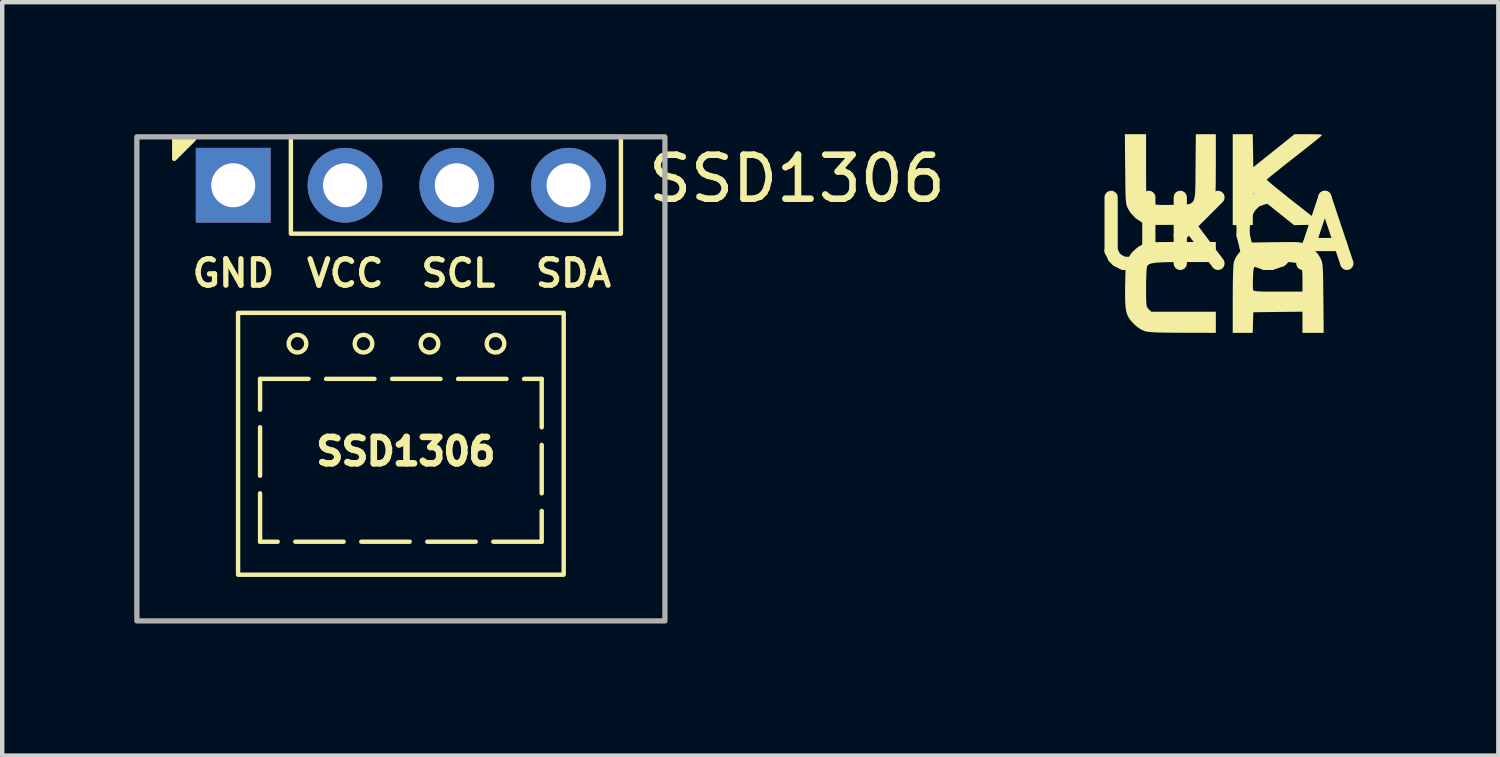
<source format=kicad_pcb>
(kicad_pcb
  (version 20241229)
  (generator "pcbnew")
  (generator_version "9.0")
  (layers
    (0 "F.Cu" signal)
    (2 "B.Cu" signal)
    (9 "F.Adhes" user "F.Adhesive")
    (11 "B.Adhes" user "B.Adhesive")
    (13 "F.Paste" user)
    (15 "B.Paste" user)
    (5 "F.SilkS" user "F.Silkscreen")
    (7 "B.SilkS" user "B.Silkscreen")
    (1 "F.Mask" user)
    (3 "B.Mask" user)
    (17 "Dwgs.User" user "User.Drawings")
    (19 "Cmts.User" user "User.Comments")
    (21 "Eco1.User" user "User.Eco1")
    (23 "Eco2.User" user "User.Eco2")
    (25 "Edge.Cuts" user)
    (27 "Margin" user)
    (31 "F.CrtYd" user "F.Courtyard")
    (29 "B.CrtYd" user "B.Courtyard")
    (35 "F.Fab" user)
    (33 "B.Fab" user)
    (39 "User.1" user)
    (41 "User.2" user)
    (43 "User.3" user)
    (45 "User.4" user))
  (footprint "SSD1306"
    (layer "F.Cu")
    (at 6.06 6.01)
    (property "Reference" "SSD1306" (at 9 -5 0) (unlocked yes) (layer "F.SilkS") (effects (font (size 1 1) (thickness 0.15))))
    (attr through_hole)
    (fp_rect (start -3.7 -1.95) (end 3.7 4) (stroke (width 0.1) (type default)) (fill no) (layer "F.SilkS"))
    (fp_rect (start -3.2 -0.45) (end 3.2 3.25) (stroke (width 0.1) (type dash)) (fill yes) (layer "F.SilkS"))
    (fp_rect (start -2.5 -5.95) (end 5 -3.75) (stroke (width 0.1) (type default)) (fill no) (layer "F.SilkS"))
    (fp_circle (center -2.35 -1.25) (end -2.15 -1.25) (stroke (width 0.1) (type default)) (fill no) (layer "F.SilkS"))
    (fp_circle (center -0.85 -1.25) (end -0.65 -1.25) (stroke (width 0.1) (type default)) (fill no) (layer "F.SilkS"))
    (fp_circle (center 0.65 -1.25) (end 0.85 -1.25) (stroke (width 0.1) (type default)) (fill no) (layer "F.SilkS"))
    (fp_circle (center 2.15 -1.25) (end 2.35 -1.25) (stroke (width 0.1) (type default)) (fill no) (layer "F.SilkS"))
    (fp_poly (pts (xy -5.15 -5.45) (xy -5.15 -5.9) (xy -4.7 -5.9)) (stroke (width 0.1) (type solid)) (fill yes) (layer "F.SilkS"))
    (fp_rect (start -6 -5.95) (end 6 5.05) (stroke (width 0.12) (type default)) (fill no) (layer "F.Fab"))
    (fp_text user "SDA" (at 3 -2.5 0) (unlocked yes) (layer "F.SilkS") (effects (font (size 0.6 0.6) (thickness 0.12) (bold yes)) (justify left bottom)))
    (fp_text user "SCL" (at 0.4 -2.5 0) (unlocked yes) (layer "F.SilkS") (effects (font (size 0.6 0.6) (thickness 0.12) (bold yes)) (justify left bottom)))
    (fp_text user "SSD1306" (at -2 1.55 0) (unlocked yes) (layer "F.SilkS") (effects (font (size 0.6 0.6) (thickness 0.15) (bold yes)) (justify left bottom)))
    (fp_text user "VCC" (at -2.2 -2.5 0) (unlocked yes) (layer "F.SilkS") (effects (font (size 0.6 0.6) (thickness 0.12) (bold yes)) (justify left bottom)))
    (fp_text user "GND" (at -4.8 -2.5 0) (unlocked yes) (layer "F.SilkS") (effects (font (size 0.6 0.6) (thickness 0.12) (bold yes)) (justify left bottom)))
    (pad "1" thru_hole rect (at -3.81 -4.85 90) (size 1.7 1.7) (drill 1) (layers "*.Cu" "*.Mask"))
    (pad "2" thru_hole oval (at -1.27 -4.85 90) (size 1.7 1.7) (drill 1) (layers "*.Cu" "*.Mask"))
    (pad "3" thru_hole oval (at 1.27 -4.85 90) (size 1.7 1.7) (drill 1) (layers "*.Cu" "*.Mask"))
    (pad "4" thru_hole oval (at 3.81 -4.85 90) (size 1.7 1.7) (drill 1) (layers "*.Cu" "*.Mask")))
  (footprint "UKCA"
    (layer "F.Cu")
    (at 24.771 2.257)
    (property "Reference" "UKCA" (at 0 0 0) (layer "F.SilkS") (effects (font (size 1.5 1.5) (thickness 0.3))))
    (attr board_only exclude_from_pos_files exclude_from_bom)
    (fp_poly (pts (xy 0.654 -1.882) (xy 0.66 -1.508) (xy 1.128 -1.882) (xy 1.597 -2.257) (xy 1.92 -2.257) (xy 2.049 -2.256) (xy 2.137 -2.255) (xy 2.19 -2.251) (xy 2.214 -2.245) (xy 2.216 -2.233) (xy 2.202 -2.216) (xy 2.196 -2.211) (xy 2.166 -2.185) (xy 2.103 -2.133) (xy 2.012 -2.06) (xy 1.898 -1.97) (xy 1.767 -1.866) (xy 1.623 -1.753) (xy 1.56 -1.704) (xy 1.415 -1.59) (xy 1.282 -1.485) (xy 1.167 -1.392) (xy 1.073 -1.317) (xy 1.006 -1.261) (xy 0.97 -1.23) (xy 0.965 -1.225) (xy 0.982 -1.206) (xy 1.032 -1.162) (xy 1.111 -1.095) (xy 1.216 -1.009) (xy 1.341 -0.908) (xy 1.483 -0.795) (xy 1.597 -0.705) (xy 2.236 -0.204) (xy 1.911 -0.197) (xy 1.585 -0.191) (xy 1.135 -0.551) (xy 1.008 -0.652) (xy 0.894 -0.742) (xy 0.797 -0.817) (xy 0.724 -0.873) (xy 0.678 -0.906) (xy 0.666 -0.912) (xy 0.66 -0.89) (xy 0.655 -0.827) (xy 0.651 -0.734) (xy 0.648 -0.617) (xy 0.648 -0.552) (xy 0.648 -0.192) (xy 0.42 -0.192) (xy 0.192 -0.192) (xy 0.192 -1.224) (xy 0.192 -2.257) (xy 0.42 -2.257) (xy 0.647 -2.257)) (stroke (width 0) (type solid)) (fill yes) (layer "F.SilkS"))
    (fp_poly (pts (xy -1.777 -1.512) (xy -1.776 -1.303) (xy -1.776 -1.137) (xy -1.774 -1.008) (xy -1.772 -0.911) (xy -1.768 -0.841) (xy -1.762 -0.792) (xy -1.754 -0.76) (xy -1.744 -0.739) (xy -1.731 -0.723) (xy -1.73 -0.722) (xy -1.695 -0.694) (xy -1.648 -0.674) (xy -1.583 -0.66) (xy -1.493 -0.652) (xy -1.371 -0.649) (xy -1.21 -0.651) (xy -1.143 -0.652) (xy -1.016 -0.654) (xy -0.913 -0.655) (xy -0.832 -0.662) (xy -0.77 -0.678) (xy -0.725 -0.709) (xy -0.693 -0.758) (xy -0.673 -0.83) (xy -0.662 -0.931) (xy -0.657 -1.065) (xy -0.655 -1.235) (xy -0.653 -1.448) (xy -0.653 -1.513) (xy -0.646 -2.257) (xy -0.419 -2.257) (xy -0.192 -2.257) (xy -0.192 -1.494) (xy -0.193 -1.281) (xy -0.195 -1.089) (xy -0.199 -0.925) (xy -0.204 -0.792) (xy -0.21 -0.697) (xy -0.217 -0.645) (xy -0.217 -0.643) (xy -0.269 -0.528) (xy -0.355 -0.413) (xy -0.463 -0.312) (xy -0.515 -0.277) (xy -0.632 -0.204) (xy -1.186 -0.197) (xy -1.364 -0.196) (xy -1.501 -0.195) (xy -1.603 -0.196) (xy -1.679 -0.199) (xy -1.736 -0.205) (xy -1.779 -0.215) (xy -1.817 -0.228) (xy -1.857 -0.246) (xy -1.861 -0.248) (xy -2.013 -0.345) (xy -2.134 -0.475) (xy -2.194 -0.576) (xy -2.208 -0.608) (xy -2.219 -0.642) (xy -2.228 -0.683) (xy -2.235 -0.737) (xy -2.24 -0.81) (xy -2.244 -0.907) (xy -2.247 -1.033) (xy -2.249 -1.195) (xy -2.251 -1.397) (xy -2.252 -1.47) (xy -2.259 -2.257) (xy -2.018 -2.257) (xy -1.777 -2.257)) (stroke (width 0) (type solid)) (fill yes) (layer "F.SilkS"))
    (fp_poly (pts (xy -0.192 0.42) (xy -0.192 0.648) (xy -0.885 0.648) (xy -1.108 0.649) (xy -1.288 0.651) (xy -1.43 0.655) (xy -1.539 0.662) (xy -1.619 0.672) (xy -1.676 0.685) (xy -1.715 0.703) (xy -1.741 0.726) (xy -1.753 0.745) (xy -1.761 0.783) (xy -1.767 0.859) (xy -1.772 0.967) (xy -1.776 1.097) (xy -1.777 1.224) (xy -1.776 1.378) (xy -1.775 1.492) (xy -1.772 1.573) (xy -1.766 1.627) (xy -1.757 1.664) (xy -1.743 1.689) (xy -1.724 1.711) (xy -1.718 1.718) (xy -1.659 1.777) (xy -0.925 1.777) (xy -0.192 1.777) (xy -0.192 2.017) (xy -0.192 2.257) (xy -0.942 2.255) (xy -1.167 2.254) (xy -1.349 2.252) (xy -1.493 2.249) (xy -1.605 2.244) (xy -1.691 2.238) (xy -1.754 2.23) (xy -1.802 2.22) (xy -1.81 2.217) (xy -1.912 2.171) (xy -2.016 2.091) (xy -2.054 2.054) (xy -2.117 1.988) (xy -2.165 1.923) (xy -2.201 1.854) (xy -2.227 1.773) (xy -2.243 1.673) (xy -2.252 1.546) (xy -2.254 1.387) (xy -2.253 1.187) (xy -2.252 1.17) (xy -2.249 1.002) (xy -2.246 0.874) (xy -2.24 0.778) (xy -2.233 0.708) (xy -2.223 0.655) (xy -2.209 0.611) (xy -2.194 0.576) (xy -2.098 0.429) (xy -1.967 0.31) (xy -1.861 0.249) (xy -1.826 0.233) (xy -1.793 0.221) (xy -1.755 0.211) (xy -1.707 0.204) (xy -1.642 0.199) (xy -1.556 0.196) (xy -1.443 0.194) (xy -1.296 0.193) (xy -1.111 0.192) (xy -0.966 0.192) (xy -0.192 0.192)) (stroke (width 0) (type solid)) (fill yes) (layer "F.SilkS"))
    (fp_poly (pts (xy 1.595 0.194) (xy 1.671 0.197) (xy 1.727 0.204) (xy 1.771 0.213) (xy 1.81 0.227) (xy 1.852 0.245) (xy 1.855 0.246) (xy 2.01 0.341) (xy 2.13 0.467) (xy 2.195 0.576) (xy 2.208 0.608) (xy 2.219 0.643) (xy 2.228 0.685) (xy 2.235 0.741) (xy 2.24 0.815) (xy 2.244 0.914) (xy 2.247 1.043) (xy 2.249 1.208) (xy 2.251 1.414) (xy 2.252 1.47) (xy 2.259 2.257) (xy 2.018 2.257) (xy 1.777 2.257) (xy 1.777 2.016) (xy 1.777 1.776) (xy 1.218 1.782) (xy 0.66 1.789) (xy 0.653 2.023) (xy 0.646 2.257) (xy 0.419 2.257) (xy 0.192 2.257) (xy 0.192 1.494) (xy 0.193 1.281) (xy 0.195 1.113) (xy 0.65 1.113) (xy 0.65 1.203) (xy 0.653 1.265) (xy 0.657 1.284) (xy 0.667 1.296) (xy 0.692 1.305) (xy 0.736 1.311) (xy 0.806 1.316) (xy 0.907 1.319) (xy 1.045 1.32) (xy 1.224 1.32) (xy 1.777 1.32) (xy 1.777 1.044) (xy 1.775 0.922) (xy 1.768 0.828) (xy 1.75 0.757) (xy 1.714 0.707) (xy 1.657 0.675) (xy 1.572 0.657) (xy 1.453 0.649) (xy 1.297 0.649) (xy 1.143 0.652) (xy 0.981 0.656) (xy 0.86 0.664) (xy 0.775 0.679) (xy 0.718 0.708) (xy 0.683 0.753) (xy 0.665 0.82) (xy 0.656 0.914) (xy 0.652 1.008) (xy 0.65 1.113) (xy 0.195 1.113) (xy 0.195 1.089) (xy 0.199 0.925) (xy 0.204 0.792) (xy 0.21 0.697) (xy 0.217 0.645) (xy 0.217 0.643) (xy 0.269 0.528) (xy 0.355 0.413) (xy 0.463 0.312) (xy 0.515 0.277) (xy 0.632 0.204) (xy 1.181 0.196) (xy 1.357 0.194) (xy 1.493 0.193)) (stroke (width 0) (type solid)) (fill yes) (layer "F.SilkS")))
  (gr_rect
    (start -3 -3)
    (end 30.999 14.12)
    (stroke (width 0.1) (type default))
    (fill no)
    (layer "Edge.Cuts")))
</source>
